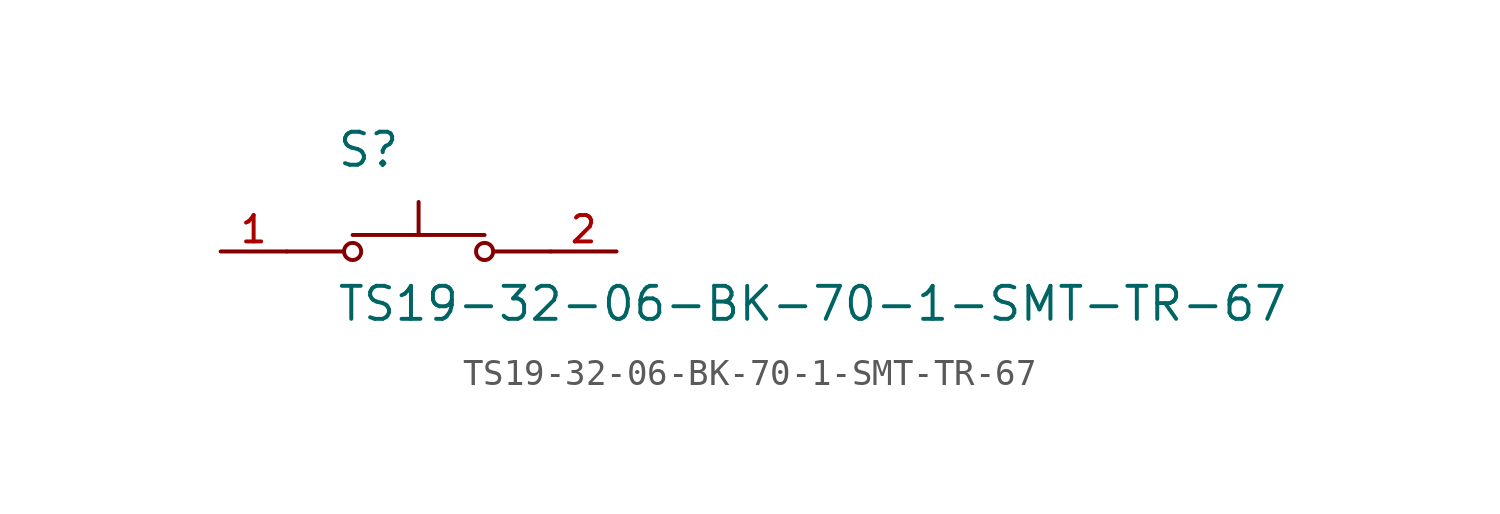
<source format=kicad_sym>
(kicad_symbol_lib
  (version 20211014)
  (generator kicad_symbol_editor)
  (symbol "TS19-32-06-BK-70-1-SMT-TR-67"
    (pin_names
      (offset 1.016))
    (property "Reference" "S"
      (at -3.175 3.175 0)
      (effects (font (size 1.27 1.27)) (justify bottom left)))
    (property "Value" "TS19-32-06-BK-70-1-SMT-TR-67"
      (at -3.175 -1.27 0)
      (effects (font (size 1.27 1.27)) (justify top left)))
    (symbol "TS19-32-06-BK-70-1-SMT-TR-67_0_0"
      (circle (center 2.54 0.0) (radius 0.33) (stroke (width 0.152)) (fill (type none)))
      (polyline (pts (xy 5.08 0.0) (xy 2.921 0.0)) (stroke (width 0.152)))
      (circle (center -2.54 0.0) (radius 0.33) (stroke (width 0.152)) (fill (type none)))
      (polyline (pts (xy -5.08 0.0) (xy -2.921 0.0)) (stroke (width 0.152)))
      (polyline (pts (xy -2.54 0.635) (xy 0.0 0.635)) (stroke (width 0.152)))
      (polyline (pts (xy 0.0 0.635) (xy 2.54 0.635)) (stroke (width 0.152)))
      (polyline (pts (xy 0.0 1.905) (xy 0.0 0.635)) (stroke (width 0.152)))
      (pin passive line (at -7.62 0.0 0) (length 2.54) (name "~" (effects (font (size 1.016 1.016)))) (number "1" (effects (font (size 1.016 1.016)))))
      (pin passive line (at 7.62 0.0 180.0) (length 2.54) (name "~" (effects (font (size 1.016 1.016)))) (number "2" (effects (font (size 1.016 1.016))))))))
</source>
